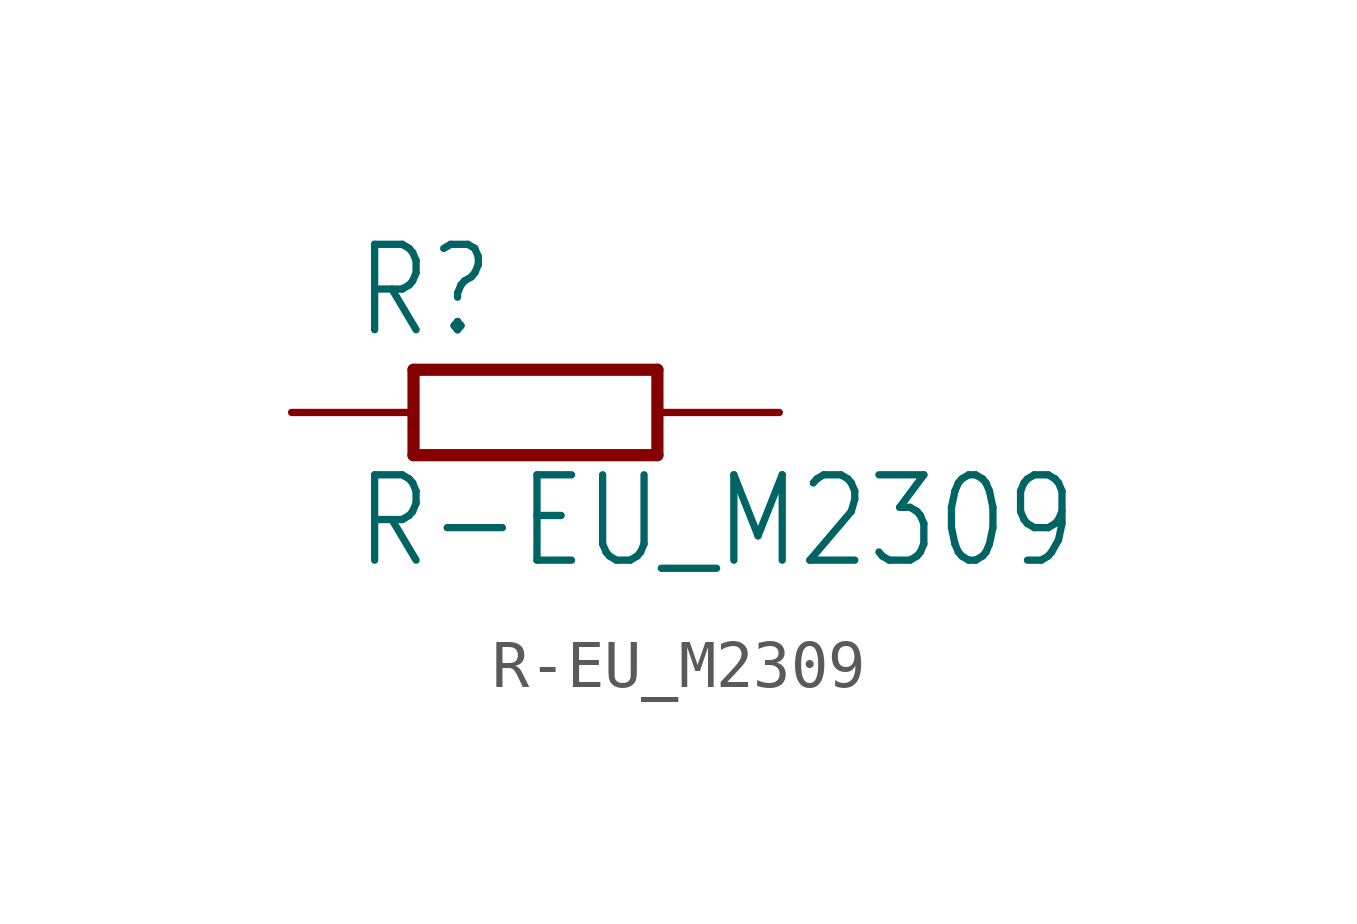
<source format=kicad_sym>
(kicad_symbol_lib
  (version 20220914)
  (generator kicad_symbol_editor)
  (symbol "R-EU_M2309"
    (property "Reference" "R"
      (at -3.81 1.499 0)
      (effects (font (size 1.778 1.511)) (justify left bottom)))
    (property "Value" "R-EU_M2309"
      (at -3.81 -3.302 0)
      (effects (font (size 1.778 1.511)) (justify left bottom)))
    (property "ki_locked" ""
      (at 0 0 0)
      (effects (font (size 1.27 1.27))))
    (symbol "R-EU_M2309_1_0"
      (polyline (pts (xy -2.54 -0.889) (xy -2.54 0.889)) (stroke (width 0.254) (type default)) (fill (type none)))
      (polyline (pts (xy -2.54 -0.889) (xy 2.54 -0.889)) (stroke (width 0.254) (type default)) (fill (type none)))
      (polyline (pts (xy 2.54 -0.889) (xy 2.54 0.889)) (stroke (width 0.254) (type default)) (fill (type none)))
      (polyline (pts (xy 2.54 0.889) (xy -2.54 0.889)) (stroke (width 0.254) (type default)) (fill (type none)))
      (pin passive line (at -5.08 0 0) (length 2.54) (name "1" (effects (font (size 0 0)))) (number "1" (effects (font (size 0 0)))))
      (pin passive line (at 5.08 0 180) (length 2.54) (name "2" (effects (font (size 0 0)))) (number "2" (effects (font (size 0 0))))))))
</source>
